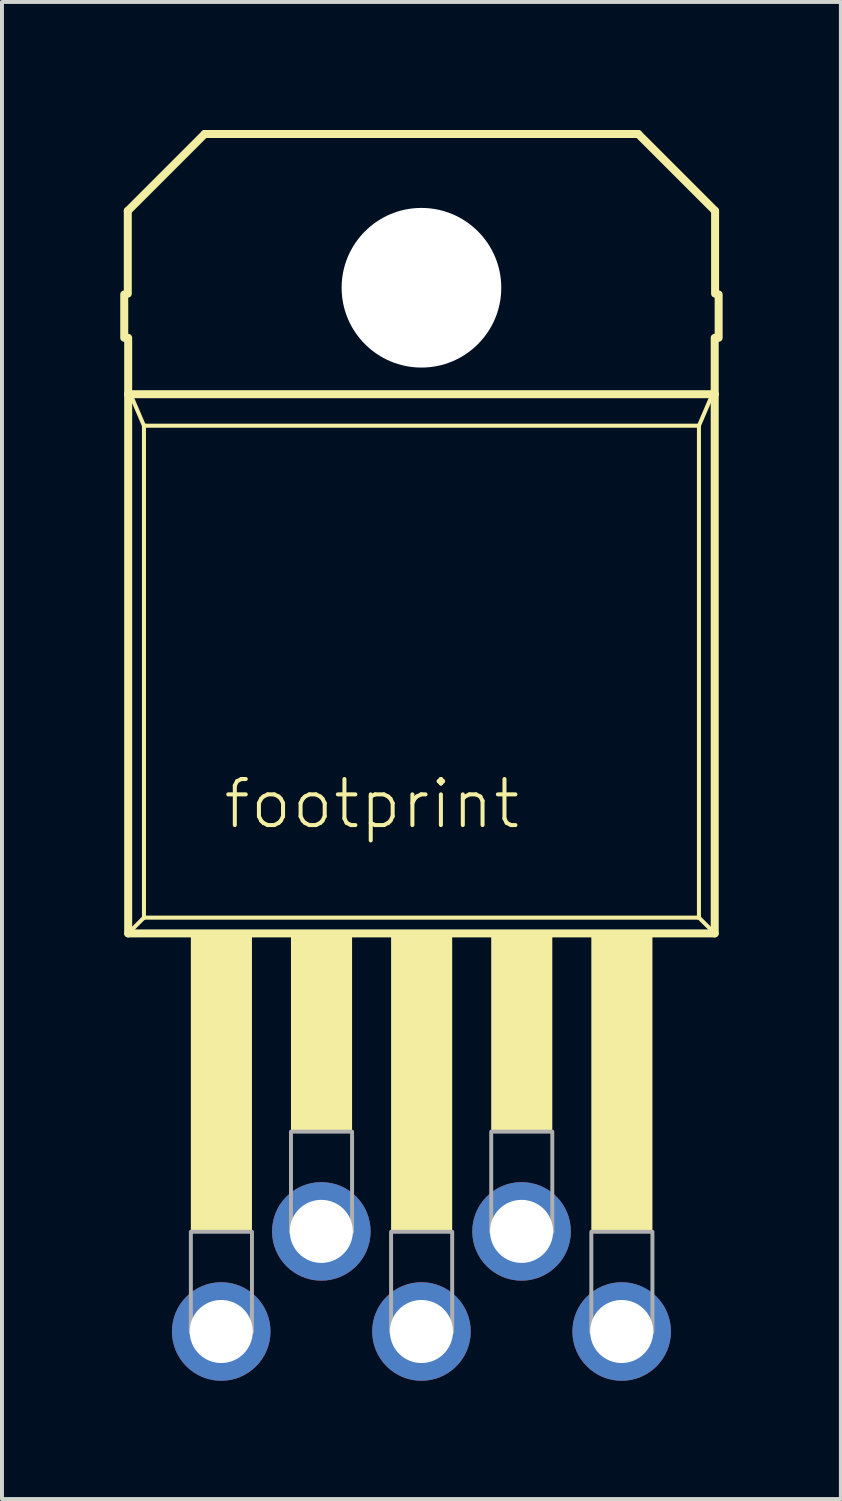
<source format=kicad_pcb>
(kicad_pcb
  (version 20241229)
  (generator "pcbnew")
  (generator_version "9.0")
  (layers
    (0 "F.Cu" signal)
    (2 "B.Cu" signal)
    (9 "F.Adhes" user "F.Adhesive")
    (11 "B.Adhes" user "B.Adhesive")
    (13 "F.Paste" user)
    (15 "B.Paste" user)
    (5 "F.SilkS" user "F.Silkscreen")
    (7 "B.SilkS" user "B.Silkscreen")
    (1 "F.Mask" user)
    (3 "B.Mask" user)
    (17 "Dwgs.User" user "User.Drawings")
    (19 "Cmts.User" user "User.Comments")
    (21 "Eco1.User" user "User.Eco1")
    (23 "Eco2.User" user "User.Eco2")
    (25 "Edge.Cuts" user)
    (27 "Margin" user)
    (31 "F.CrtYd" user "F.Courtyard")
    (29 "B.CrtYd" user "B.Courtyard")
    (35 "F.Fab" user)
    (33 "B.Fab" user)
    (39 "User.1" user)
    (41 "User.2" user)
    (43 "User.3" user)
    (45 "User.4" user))
  (footprint "footprint"
    (layer "F.Cu")
    (at 7.642 0.25)
    (property "Reference" "footprint" (at -5.08 17.78 0) (layer "F.SilkS") (effects (font (size 1.168 1.168) (thickness 0.102)) (justify left bottom)))
    (fp_line (start -7.54 4.17) (end -7.54 5.27) (stroke (width 0.203) (type solid)) (layer "F.SilkS"))
    (fp_line (start -7.45 2.05) (end -7.45 4.15) (stroke (width 0.203) (type solid)) (layer "F.SilkS"))
    (fp_line (start -7.44 5.27) (end -7.44 6.7) (stroke (width 0.203) (type solid)) (layer "F.SilkS"))
    (fp_line (start -7.44 6.7) (end -7.44 20.38) (stroke (width 0.203) (type solid)) (layer "F.SilkS"))
    (fp_line (start -7.44 6.7) (end 7.44 6.7) (stroke (width 0.203) (type solid)) (layer "F.SilkS"))
    (fp_line (start -7.44 20.38) (end -7.04 19.98) (stroke (width 0.102) (type solid)) (layer "F.SilkS"))
    (fp_line (start -7.44 20.38) (end 7.44 20.38) (stroke (width 0.203) (type solid)) (layer "F.SilkS"))
    (fp_line (start -7.04 7.5) (end -7.34 6.8) (stroke (width 0.102) (type solid)) (layer "F.SilkS"))
    (fp_line (start -7.04 7.5) (end -7.04 19.98) (stroke (width 0.102) (type solid)) (layer "F.SilkS"))
    (fp_line (start -7.04 19.98) (end 7.04 19.98) (stroke (width 0.102) (type solid)) (layer "F.SilkS"))
    (fp_line (start -5.5 0.1) (end -7.45 2.05) (stroke (width 0.203) (type solid)) (layer "F.SilkS"))
    (fp_line (start 5.5 0.1) (end -5.5 0.1) (stroke (width 0.203) (type solid)) (layer "F.SilkS"))
    (fp_line (start 7.04 7.5) (end -7.04 7.5) (stroke (width 0.102) (type solid)) (layer "F.SilkS"))
    (fp_line (start 7.04 7.5) (end 7.34 6.8) (stroke (width 0.102) (type solid)) (layer "F.SilkS"))
    (fp_line (start 7.04 19.98) (end 7.04 7.5) (stroke (width 0.102) (type solid)) (layer "F.SilkS"))
    (fp_line (start 7.04 19.98) (end 7.44 20.38) (stroke (width 0.102) (type solid)) (layer "F.SilkS"))
    (fp_line (start 7.44 6.7) (end 7.44 5.27) (stroke (width 0.203) (type solid)) (layer "F.SilkS"))
    (fp_line (start 7.44 20.38) (end 7.44 6.7) (stroke (width 0.203) (type solid)) (layer "F.SilkS"))
    (fp_line (start 7.45 2.05) (end 5.5 0.1) (stroke (width 0.203) (type solid)) (layer "F.SilkS"))
    (fp_line (start 7.45 4.15) (end 7.45 2.05) (stroke (width 0.203) (type solid)) (layer "F.SilkS"))
    (fp_line (start 7.54 5.27) (end 7.54 4.17) (stroke (width 0.203) (type solid)) (layer "F.SilkS"))
    (fp_poly (pts (xy -5.85 27.95) (xy -4.3 27.95) (xy -4.3 20.4) (xy -5.85 20.4)) (stroke (width 0) (type solid)) (fill yes) (layer "F.SilkS"))
    (fp_poly (pts (xy -3.31 25.41) (xy -1.76 25.41) (xy -1.76 20.32) (xy -3.31 20.32)) (stroke (width 0) (type solid)) (fill yes) (layer "F.SilkS"))
    (fp_poly (pts (xy -0.77 27.95) (xy 0.78 27.95) (xy 0.78 20.4) (xy -0.77 20.4)) (stroke (width 0) (type solid)) (fill yes) (layer "F.SilkS"))
    (fp_poly (pts (xy 1.77 25.41) (xy 3.32 25.41) (xy 3.32 20.32) (xy 1.77 20.32)) (stroke (width 0) (type solid)) (fill yes) (layer "F.SilkS"))
    (fp_poly (pts (xy 4.31 27.95) (xy 5.86 27.95) (xy 5.86 20.4) (xy 4.31 20.4)) (stroke (width 0) (type solid)) (fill yes) (layer "F.SilkS"))
    (fp_poly (pts (xy -5.85 30.5) (xy -4.3 30.5) (xy -4.3 27.95) (xy -5.85 27.95)) (stroke (width 0.1) (type solid)) (fill no) (layer "F.Fab"))
    (fp_poly (pts (xy -3.31 27.96) (xy -1.76 27.96) (xy -1.76 25.41) (xy -3.31 25.41)) (stroke (width 0.1) (type solid)) (fill no) (layer "F.Fab"))
    (fp_poly (pts (xy -0.77 30.5) (xy 0.78 30.5) (xy 0.78 27.95) (xy -0.77 27.95)) (stroke (width 0.1) (type solid)) (fill no) (layer "F.Fab"))
    (fp_poly (pts (xy 1.77 27.96) (xy 3.32 27.96) (xy 3.32 25.41) (xy 1.77 25.41)) (stroke (width 0.1) (type solid)) (fill no) (layer "F.Fab"))
    (fp_poly (pts (xy 4.31 30.5) (xy 5.86 30.5) (xy 5.86 27.95) (xy 4.31 27.95)) (stroke (width 0.1) (type solid)) (fill no) (layer "F.Fab"))
    (pad "" np_thru_hole circle (at 0 4) (size 4.05 4.05) (drill 4.05) (layers "*.Cu" "*.Mask"))
    (pad "1" thru_hole circle (at -5.08 30.48 90) (size 2.5 2.5) (drill 1.6) (layers "*.Cu" "*.Mask"))
    (pad "2" thru_hole circle (at -2.54 27.94 90) (size 2.5 2.5) (drill 1.6) (layers "*.Cu" "*.Mask"))
    (pad "3" thru_hole circle (at 0 30.48 90) (size 2.5 2.5) (drill 1.6) (layers "*.Cu" "*.Mask"))
    (pad "4" thru_hole circle (at 2.54 27.94 90) (size 2.5 2.5) (drill 1.6) (layers "*.Cu" "*.Mask"))
    (pad "5" thru_hole circle (at 5.08 30.48 90) (size 2.5 2.5) (drill 1.6) (layers "*.Cu" "*.Mask"))
    (zone (net_name "") (layer "F.Cu") (hatch edge 0.508) (connect_pads) (min_thickness 0.254) (filled_areas_thickness no) (keepout (tracks not_allowed) (vias not_allowed) (pads not_allowed) (copperpour not_allowed) (footprints allowed)) (placement (enabled no)) (fill) (polygon (pts (xy 9.642 3.05) (xy 9.611 2.703) (xy 9.521 2.366) (xy 9.374 2.05) (xy 9.174 1.764) (xy 8.927 1.518) (xy 8.642 1.318) (xy 8.326 1.171) (xy 7.989 1.08) (xy 7.642 1.05) (xy 7.294 1.08) (xy 6.958 1.171) (xy 6.642 1.318) (xy 6.356 1.518) (xy 6.11 1.764) (xy 5.91 2.05) (xy 5.762 2.366) (xy 5.672 2.703) (xy 5.642 3.05) (xy 5.672 3.397) (xy 5.762 3.734) (xy 5.91 4.05) (xy 6.11 4.336) (xy 6.356 4.582) (xy 6.642 4.782) (xy 6.958 4.929) (xy 7.294 5.02) (xy 7.642 5.05) (xy 7.989 5.02) (xy 8.326 4.929) (xy 8.642 4.782) (xy 8.927 4.582) (xy 9.174 4.336) (xy 9.374 4.05) (xy 9.521 3.734) (xy 9.611 3.397))))
    (zone (net_name "") (layers "F.Cu" "B.Cu") (hatch edge 0.508) (connect_pads) (min_thickness 0.254) (filled_areas_thickness no) (keepout (tracks allowed) (vias not_allowed) (pads allowed) (copperpour allowed) (footprints allowed)) (placement (enabled no)) (fill) (polygon (pts (xy 10.342 3.05) (xy 10.301 2.581) (xy 10.179 2.127) (xy 9.98 1.7) (xy 9.71 1.314) (xy 9.377 0.982) (xy 8.992 0.712) (xy 8.565 0.513) (xy 8.11 0.391) (xy 7.642 0.35) (xy 7.173 0.391) (xy 6.718 0.513) (xy 6.292 0.712) (xy 5.906 0.982) (xy 5.573 1.314) (xy 5.303 1.7) (xy 5.104 2.127) (xy 4.983 2.581) (xy 4.942 3.05) (xy 4.983 3.519) (xy 5.104 3.973) (xy 5.303 4.4) (xy 5.573 4.786) (xy 5.906 5.118) (xy 6.292 5.388) (xy 6.718 5.587) (xy 7.173 5.709) (xy 7.642 5.75) (xy 8.11 5.709) (xy 8.565 5.587) (xy 8.992 5.388) (xy 9.377 5.118) (xy 9.71 4.786) (xy 9.98 4.4) (xy 10.179 3.973) (xy 10.301 3.519))))
    (zone (net_name "") (layer "B.Cu") (hatch edge 0.508) (connect_pads) (min_thickness 0.254) (filled_areas_thickness no) (keepout (tracks not_allowed) (vias not_allowed) (pads not_allowed) (copperpour not_allowed) (footprints allowed)) (placement (enabled no)) (fill) (polygon (pts (xy 9.642 3.05) (xy 9.611 2.703) (xy 9.521 2.366) (xy 9.374 2.05) (xy 9.174 1.764) (xy 8.927 1.518) (xy 8.642 1.318) (xy 8.326 1.171) (xy 7.989 1.08) (xy 7.642 1.05) (xy 7.294 1.08) (xy 6.958 1.171) (xy 6.642 1.318) (xy 6.356 1.518) (xy 6.11 1.764) (xy 5.91 2.05) (xy 5.762 2.366) (xy 5.672 2.703) (xy 5.642 3.05) (xy 5.672 3.397) (xy 5.762 3.734) (xy 5.91 4.05) (xy 6.11 4.336) (xy 6.356 4.582) (xy 6.642 4.782) (xy 6.958 4.929) (xy 7.294 5.02) (xy 7.642 5.05) (xy 7.989 5.02) (xy 8.326 4.929) (xy 8.642 4.782) (xy 8.927 4.582) (xy 9.174 4.336) (xy 9.374 4.05) (xy 9.521 3.734) (xy 9.611 3.397)))))
  (gr_rect
    (start -3 -3)
    (end 18.283 34.98)
    (stroke (width 0.1) (type default))
    (fill no)
    (layer "Edge.Cuts")))
</source>
